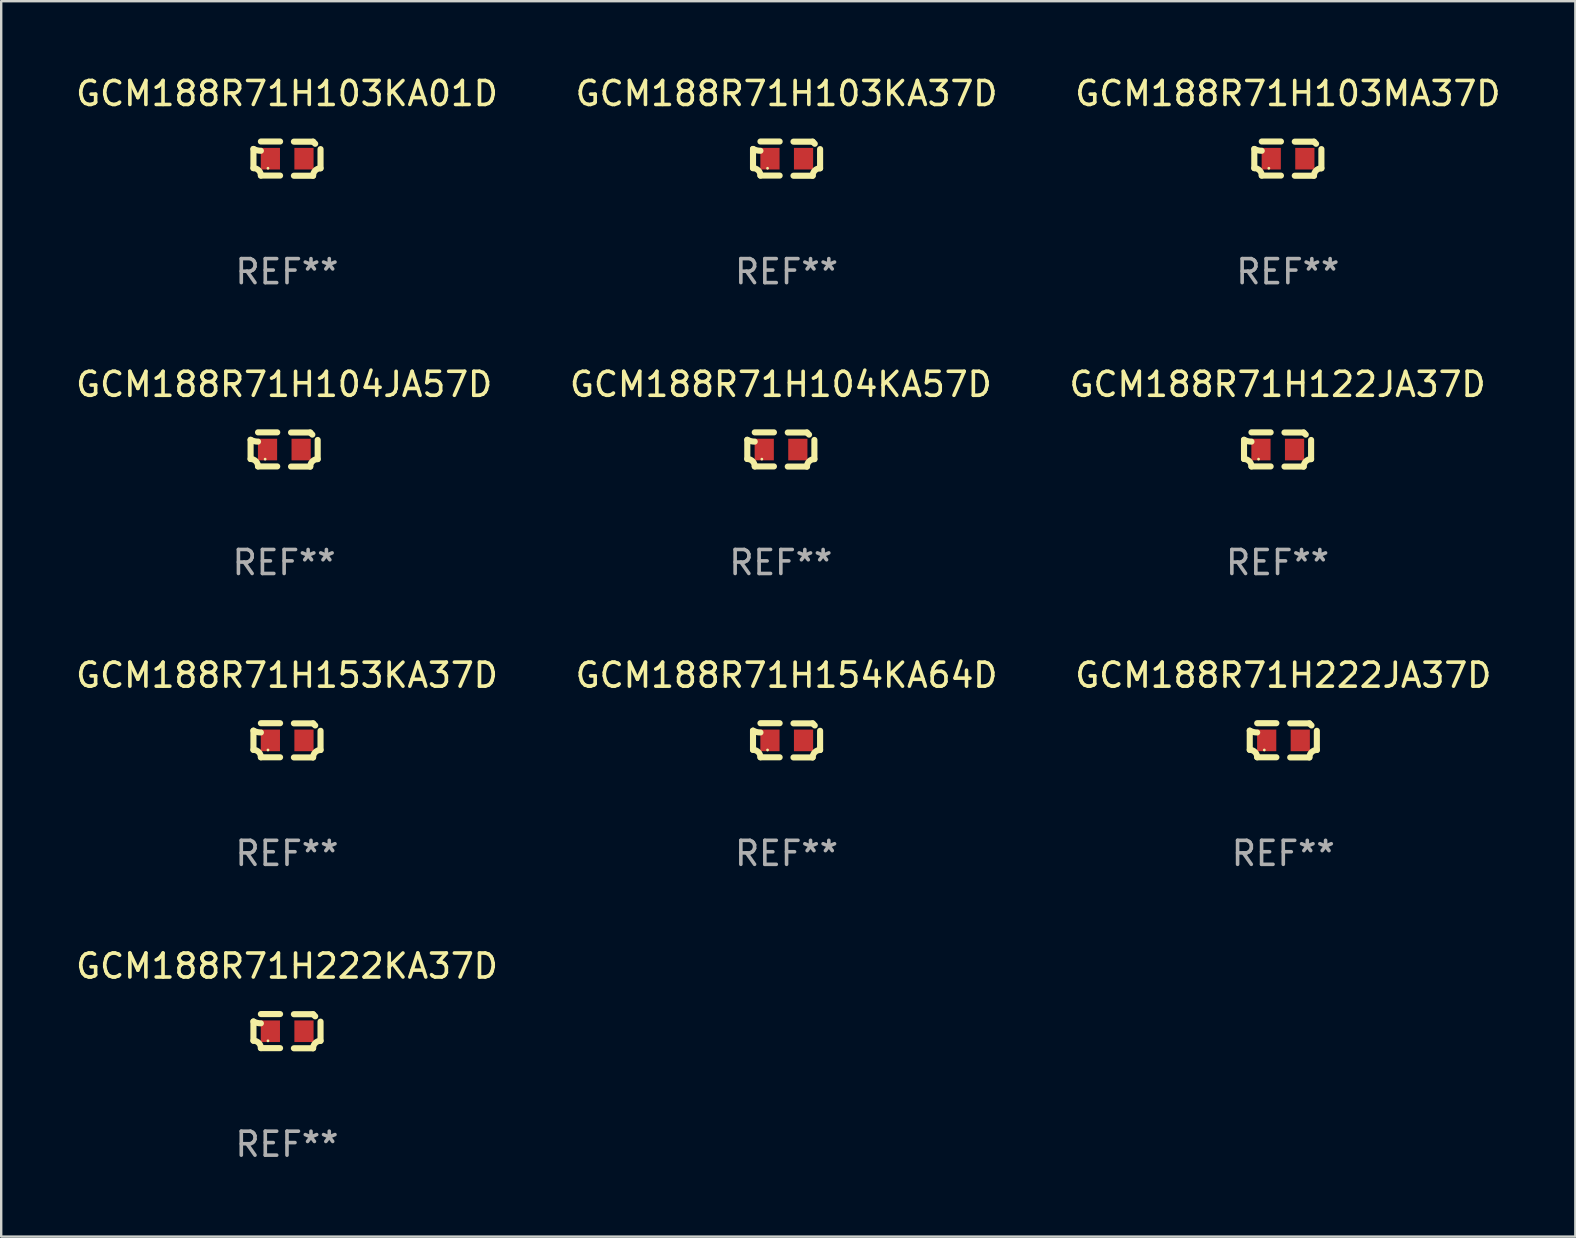
<source format=kicad_pcb>
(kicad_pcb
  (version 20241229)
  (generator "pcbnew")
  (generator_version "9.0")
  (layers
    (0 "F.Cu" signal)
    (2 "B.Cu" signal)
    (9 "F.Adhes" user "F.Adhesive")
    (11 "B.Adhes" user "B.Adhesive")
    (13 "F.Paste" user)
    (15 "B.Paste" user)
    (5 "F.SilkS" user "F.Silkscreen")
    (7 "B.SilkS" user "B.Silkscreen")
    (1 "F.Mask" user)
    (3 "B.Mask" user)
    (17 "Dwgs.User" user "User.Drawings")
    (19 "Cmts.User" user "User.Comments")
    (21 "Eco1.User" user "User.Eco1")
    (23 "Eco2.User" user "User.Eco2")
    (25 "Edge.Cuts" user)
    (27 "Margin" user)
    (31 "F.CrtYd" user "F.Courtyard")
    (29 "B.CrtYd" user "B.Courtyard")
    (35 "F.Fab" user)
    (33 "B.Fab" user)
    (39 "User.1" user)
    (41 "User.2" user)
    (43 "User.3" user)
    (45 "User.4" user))
  (footprint "GCM188R71H103KA37D"
    (layer "F.Cu")
    (at 29.732 3.561)
    (property "Reference" "GCM188R71H103KA37D" (at 0 -2.713 0) (layer "F.SilkS") (effects (font (size 1 1) (thickness 0.15))))
    (attr through_hole)
    (fp_line (start -1.398 -0.403) (end -1.398 0.397) (stroke (width 0.254) (type solid)) (layer "F.SilkS"))
    (fp_line (start -0.288 -0.713) (end -1.088 -0.713) (stroke (width 0.254) (type solid)) (layer "F.SilkS"))
    (fp_line (start -0.288 0.707) (end -1.088 0.707) (stroke (width 0.254) (type solid)) (layer "F.SilkS"))
    (fp_line (start 0.288 -0.707) (end 1.088 -0.707) (stroke (width 0.254) (type solid)) (layer "F.SilkS"))
    (fp_line (start 0.288 0.713) (end 1.088 0.713) (stroke (width 0.254) (type solid)) (layer "F.SilkS"))
    (fp_line (start 1.398 -0.397) (end 1.398 0.403) (stroke (width 0.254) (type solid)) (layer "F.SilkS"))
    (fp_arc (start -1.397789 0.397066) (mid -1.178701 0.487826) (end -1.08796 0.706922) (stroke (width 0.254001) (type solid)) (layer "F.SilkS"))
    (fp_arc (start -1.08796 -0.327176) (mid -1.247436 -0.346384) (end -1.39779 -0.402908) (stroke (width 0.254001) (type solid)) (layer "F.SilkS"))
    (fp_arc (start 1.087909 0.712738) (mid 1.178656 0.493655) (end 1.397739 0.402908) (stroke (width 0.254001) (type solid)) (layer "F.SilkS"))
    (fp_arc (start 1.175925 -0.618926) (mid 1.131917 -0.662923) (end 1.08791 -0.706922) (stroke (width 0.254001) (type solid)) (layer "F.SilkS"))
    (fp_circle (center -0.792 0.403) (end -0.762 0.403) (stroke (width 0.06) (type solid)) (fill no) (layer "F.SilkS"))
    (fp_text user "REF**" (at 0 4.713 0) (layer "F.Fab") (effects (font (size 1 1) (thickness 0.15))))
    (pad "1" smd rect (at -0.692 0.003) (size 0.8 0.9) (layers "F.Cu" "F.Mask" "F.Paste"))
    (pad "2" smd rect (at 0.708 0.003) (size 0.8 0.9) (layers "F.Cu" "F.Mask" "F.Paste")))
  (footprint "GCM188R71H104JA57D"
    (layer "F.Cu")
    (at 8.792 15.683)
    (property "Reference" "GCM188R71H104JA57D" (at 0 -2.713 0) (layer "F.SilkS") (effects (font (size 1 1) (thickness 0.15))))
    (attr through_hole)
    (fp_line (start -1.398 -0.403) (end -1.398 0.397) (stroke (width 0.254) (type solid)) (layer "F.SilkS"))
    (fp_line (start -0.288 -0.713) (end -1.088 -0.713) (stroke (width 0.254) (type solid)) (layer "F.SilkS"))
    (fp_line (start -0.288 0.707) (end -1.088 0.707) (stroke (width 0.254) (type solid)) (layer "F.SilkS"))
    (fp_line (start 0.288 -0.707) (end 1.088 -0.707) (stroke (width 0.254) (type solid)) (layer "F.SilkS"))
    (fp_line (start 0.288 0.713) (end 1.088 0.713) (stroke (width 0.254) (type solid)) (layer "F.SilkS"))
    (fp_line (start 1.398 -0.397) (end 1.398 0.403) (stroke (width 0.254) (type solid)) (layer "F.SilkS"))
    (fp_arc (start -1.397789 0.397066) (mid -1.178701 0.487826) (end -1.08796 0.706922) (stroke (width 0.254001) (type solid)) (layer "F.SilkS"))
    (fp_arc (start -1.08796 -0.327176) (mid -1.247436 -0.346384) (end -1.39779 -0.402908) (stroke (width 0.254001) (type solid)) (layer "F.SilkS"))
    (fp_arc (start 1.087909 0.712738) (mid 1.178656 0.493655) (end 1.397739 0.402908) (stroke (width 0.254001) (type solid)) (layer "F.SilkS"))
    (fp_arc (start 1.175925 -0.618926) (mid 1.131917 -0.662923) (end 1.08791 -0.706922) (stroke (width 0.254001) (type solid)) (layer "F.SilkS"))
    (fp_circle (center -0.792 0.403) (end -0.762 0.403) (stroke (width 0.06) (type solid)) (fill no) (layer "F.SilkS"))
    (fp_text user "REF**" (at 0 4.713 0) (layer "F.Fab") (effects (font (size 1 1) (thickness 0.15))))
    (pad "1" smd rect (at -0.692 0.003) (size 0.8 0.9) (layers "F.Cu" "F.Mask" "F.Paste"))
    (pad "2" smd rect (at 0.708 0.003) (size 0.8 0.9) (layers "F.Cu" "F.Mask" "F.Paste")))
  (footprint "GCM188R71H153KA37D"
    (layer "F.Cu")
    (at 8.911 27.805)
    (property "Reference" "GCM188R71H153KA37D" (at 0 -2.713 0) (layer "F.SilkS") (effects (font (size 1 1) (thickness 0.15))))
    (attr through_hole)
    (fp_line (start -1.398 -0.403) (end -1.398 0.397) (stroke (width 0.254) (type solid)) (layer "F.SilkS"))
    (fp_line (start -0.288 -0.713) (end -1.088 -0.713) (stroke (width 0.254) (type solid)) (layer "F.SilkS"))
    (fp_line (start -0.288 0.707) (end -1.088 0.707) (stroke (width 0.254) (type solid)) (layer "F.SilkS"))
    (fp_line (start 0.288 -0.707) (end 1.088 -0.707) (stroke (width 0.254) (type solid)) (layer "F.SilkS"))
    (fp_line (start 0.288 0.713) (end 1.088 0.713) (stroke (width 0.254) (type solid)) (layer "F.SilkS"))
    (fp_line (start 1.398 -0.397) (end 1.398 0.403) (stroke (width 0.254) (type solid)) (layer "F.SilkS"))
    (fp_arc (start -1.397789 0.397066) (mid -1.178701 0.487826) (end -1.08796 0.706922) (stroke (width 0.254001) (type solid)) (layer "F.SilkS"))
    (fp_arc (start -1.08796 -0.327176) (mid -1.247436 -0.346384) (end -1.39779 -0.402908) (stroke (width 0.254001) (type solid)) (layer "F.SilkS"))
    (fp_arc (start 1.087909 0.712738) (mid 1.178656 0.493655) (end 1.397739 0.402908) (stroke (width 0.254001) (type solid)) (layer "F.SilkS"))
    (fp_arc (start 1.175925 -0.618926) (mid 1.131917 -0.662923) (end 1.08791 -0.706922) (stroke (width 0.254001) (type solid)) (layer "F.SilkS"))
    (fp_circle (center -0.792 0.403) (end -0.762 0.403) (stroke (width 0.06) (type solid)) (fill no) (layer "F.SilkS"))
    (fp_text user "REF**" (at 0 4.713 0) (layer "F.Fab") (effects (font (size 1 1) (thickness 0.15))))
    (pad "1" smd rect (at -0.692 0.003) (size 0.8 0.9) (layers "F.Cu" "F.Mask" "F.Paste"))
    (pad "2" smd rect (at 0.708 0.003) (size 0.8 0.9) (layers "F.Cu" "F.Mask" "F.Paste")))
  (footprint "GCM188R71H222JA37D"
    (layer "F.Cu")
    (at 50.435 27.805)
    (property "Reference" "GCM188R71H222JA37D" (at 0 -2.713 0) (layer "F.SilkS") (effects (font (size 1 1) (thickness 0.15))))
    (attr through_hole)
    (fp_line (start -1.398 -0.403) (end -1.398 0.397) (stroke (width 0.254) (type solid)) (layer "F.SilkS"))
    (fp_line (start -0.288 -0.713) (end -1.088 -0.713) (stroke (width 0.254) (type solid)) (layer "F.SilkS"))
    (fp_line (start -0.288 0.707) (end -1.088 0.707) (stroke (width 0.254) (type solid)) (layer "F.SilkS"))
    (fp_line (start 0.288 -0.707) (end 1.088 -0.707) (stroke (width 0.254) (type solid)) (layer "F.SilkS"))
    (fp_line (start 0.288 0.713) (end 1.088 0.713) (stroke (width 0.254) (type solid)) (layer "F.SilkS"))
    (fp_line (start 1.398 -0.397) (end 1.398 0.403) (stroke (width 0.254) (type solid)) (layer "F.SilkS"))
    (fp_arc (start -1.397789 0.397066) (mid -1.178701 0.487826) (end -1.08796 0.706922) (stroke (width 0.254001) (type solid)) (layer "F.SilkS"))
    (fp_arc (start -1.08796 -0.327176) (mid -1.247436 -0.346384) (end -1.39779 -0.402908) (stroke (width 0.254001) (type solid)) (layer "F.SilkS"))
    (fp_arc (start 1.087909 0.712738) (mid 1.178656 0.493655) (end 1.397739 0.402908) (stroke (width 0.254001) (type solid)) (layer "F.SilkS"))
    (fp_arc (start 1.175925 -0.618926) (mid 1.131917 -0.662923) (end 1.08791 -0.706922) (stroke (width 0.254001) (type solid)) (layer "F.SilkS"))
    (fp_circle (center -0.792 0.403) (end -0.762 0.403) (stroke (width 0.06) (type solid)) (fill no) (layer "F.SilkS"))
    (fp_text user "REF**" (at 0 4.713 0) (layer "F.Fab") (effects (font (size 1 1) (thickness 0.15))))
    (pad "1" smd rect (at -0.692 0.003) (size 0.8 0.9) (layers "F.Cu" "F.Mask" "F.Paste"))
    (pad "2" smd rect (at 0.708 0.003) (size 0.8 0.9) (layers "F.Cu" "F.Mask" "F.Paste")))
  (footprint "GCM188R71H122JA37D"
    (layer "F.Cu")
    (at 50.196 15.683)
    (property "Reference" "GCM188R71H122JA37D" (at 0 -2.713 0) (layer "F.SilkS") (effects (font (size 1 1) (thickness 0.15))))
    (attr through_hole)
    (fp_line (start -1.398 -0.403) (end -1.398 0.397) (stroke (width 0.254) (type solid)) (layer "F.SilkS"))
    (fp_line (start -0.288 -0.713) (end -1.088 -0.713) (stroke (width 0.254) (type solid)) (layer "F.SilkS"))
    (fp_line (start -0.288 0.707) (end -1.088 0.707) (stroke (width 0.254) (type solid)) (layer "F.SilkS"))
    (fp_line (start 0.288 -0.707) (end 1.088 -0.707) (stroke (width 0.254) (type solid)) (layer "F.SilkS"))
    (fp_line (start 0.288 0.713) (end 1.088 0.713) (stroke (width 0.254) (type solid)) (layer "F.SilkS"))
    (fp_line (start 1.398 -0.397) (end 1.398 0.403) (stroke (width 0.254) (type solid)) (layer "F.SilkS"))
    (fp_arc (start -1.397789 0.397066) (mid -1.178701 0.487826) (end -1.08796 0.706922) (stroke (width 0.254001) (type solid)) (layer "F.SilkS"))
    (fp_arc (start -1.08796 -0.327176) (mid -1.247436 -0.346384) (end -1.39779 -0.402908) (stroke (width 0.254001) (type solid)) (layer "F.SilkS"))
    (fp_arc (start 1.087909 0.712738) (mid 1.178656 0.493655) (end 1.397739 0.402908) (stroke (width 0.254001) (type solid)) (layer "F.SilkS"))
    (fp_arc (start 1.175925 -0.618926) (mid 1.131917 -0.662923) (end 1.08791 -0.706922) (stroke (width 0.254001) (type solid)) (layer "F.SilkS"))
    (fp_circle (center -0.792 0.403) (end -0.762 0.403) (stroke (width 0.06) (type solid)) (fill no) (layer "F.SilkS"))
    (fp_text user "REF**" (at 0 4.713 0) (layer "F.Fab") (effects (font (size 1 1) (thickness 0.15))))
    (pad "1" smd rect (at -0.692 0.003) (size 0.8 0.9) (layers "F.Cu" "F.Mask" "F.Paste"))
    (pad "2" smd rect (at 0.708 0.003) (size 0.8 0.9) (layers "F.Cu" "F.Mask" "F.Paste")))
  (footprint "GCM188R71H104KA57D"
    (layer "F.Cu")
    (at 29.494 15.683)
    (property "Reference" "GCM188R71H104KA57D" (at 0 -2.713 0) (layer "F.SilkS") (effects (font (size 1 1) (thickness 0.15))))
    (attr through_hole)
    (fp_line (start -1.398 -0.403) (end -1.398 0.397) (stroke (width 0.254) (type solid)) (layer "F.SilkS"))
    (fp_line (start -0.288 -0.713) (end -1.088 -0.713) (stroke (width 0.254) (type solid)) (layer "F.SilkS"))
    (fp_line (start -0.288 0.707) (end -1.088 0.707) (stroke (width 0.254) (type solid)) (layer "F.SilkS"))
    (fp_line (start 0.288 -0.707) (end 1.088 -0.707) (stroke (width 0.254) (type solid)) (layer "F.SilkS"))
    (fp_line (start 0.288 0.713) (end 1.088 0.713) (stroke (width 0.254) (type solid)) (layer "F.SilkS"))
    (fp_line (start 1.398 -0.397) (end 1.398 0.403) (stroke (width 0.254) (type solid)) (layer "F.SilkS"))
    (fp_arc (start -1.397789 0.397066) (mid -1.178701 0.487826) (end -1.08796 0.706922) (stroke (width 0.254001) (type solid)) (layer "F.SilkS"))
    (fp_arc (start -1.08796 -0.327176) (mid -1.247436 -0.346384) (end -1.39779 -0.402908) (stroke (width 0.254001) (type solid)) (layer "F.SilkS"))
    (fp_arc (start 1.087909 0.712738) (mid 1.178656 0.493655) (end 1.397739 0.402908) (stroke (width 0.254001) (type solid)) (layer "F.SilkS"))
    (fp_arc (start 1.175925 -0.618926) (mid 1.131917 -0.662923) (end 1.08791 -0.706922) (stroke (width 0.254001) (type solid)) (layer "F.SilkS"))
    (fp_circle (center -0.792 0.403) (end -0.762 0.403) (stroke (width 0.06) (type solid)) (fill no) (layer "F.SilkS"))
    (fp_text user "REF**" (at 0 4.713 0) (layer "F.Fab") (effects (font (size 1 1) (thickness 0.15))))
    (pad "1" smd rect (at -0.692 0.003) (size 0.8 0.9) (layers "F.Cu" "F.Mask" "F.Paste"))
    (pad "2" smd rect (at 0.708 0.003) (size 0.8 0.9) (layers "F.Cu" "F.Mask" "F.Paste")))
  (footprint "GCM188R71H103MA37D"
    (layer "F.Cu")
    (at 50.625 3.561)
    (property "Reference" "GCM188R71H103MA37D" (at 0 -2.713 0) (layer "F.SilkS") (effects (font (size 1 1) (thickness 0.15))))
    (attr through_hole)
    (fp_line (start -1.398 -0.403) (end -1.398 0.397) (stroke (width 0.254) (type solid)) (layer "F.SilkS"))
    (fp_line (start -0.288 -0.713) (end -1.088 -0.713) (stroke (width 0.254) (type solid)) (layer "F.SilkS"))
    (fp_line (start -0.288 0.707) (end -1.088 0.707) (stroke (width 0.254) (type solid)) (layer "F.SilkS"))
    (fp_line (start 0.288 -0.707) (end 1.088 -0.707) (stroke (width 0.254) (type solid)) (layer "F.SilkS"))
    (fp_line (start 0.288 0.713) (end 1.088 0.713) (stroke (width 0.254) (type solid)) (layer "F.SilkS"))
    (fp_line (start 1.398 -0.397) (end 1.398 0.403) (stroke (width 0.254) (type solid)) (layer "F.SilkS"))
    (fp_arc (start -1.397789 0.397066) (mid -1.178701 0.487826) (end -1.08796 0.706922) (stroke (width 0.254001) (type solid)) (layer "F.SilkS"))
    (fp_arc (start -1.08796 -0.327176) (mid -1.247436 -0.346384) (end -1.39779 -0.402908) (stroke (width 0.254001) (type solid)) (layer "F.SilkS"))
    (fp_arc (start 1.087909 0.712738) (mid 1.178656 0.493655) (end 1.397739 0.402908) (stroke (width 0.254001) (type solid)) (layer "F.SilkS"))
    (fp_arc (start 1.175925 -0.618926) (mid 1.131917 -0.662923) (end 1.08791 -0.706922) (stroke (width 0.254001) (type solid)) (layer "F.SilkS"))
    (fp_circle (center -0.792 0.403) (end -0.762 0.403) (stroke (width 0.06) (type solid)) (fill no) (layer "F.SilkS"))
    (fp_text user "REF**" (at 0 4.713 0) (layer "F.Fab") (effects (font (size 1 1) (thickness 0.15))))
    (pad "1" smd rect (at -0.692 0.003) (size 0.8 0.9) (layers "F.Cu" "F.Mask" "F.Paste"))
    (pad "2" smd rect (at 0.708 0.003) (size 0.8 0.9) (layers "F.Cu" "F.Mask" "F.Paste")))
  (footprint "GCM188R71H222KA37D"
    (layer "F.Cu")
    (at 8.911 39.927)
    (property "Reference" "GCM188R71H222KA37D" (at 0 -2.713 0) (layer "F.SilkS") (effects (font (size 1 1) (thickness 0.15))))
    (attr through_hole)
    (fp_line (start -1.398 -0.403) (end -1.398 0.397) (stroke (width 0.254) (type solid)) (layer "F.SilkS"))
    (fp_line (start -0.288 -0.713) (end -1.088 -0.713) (stroke (width 0.254) (type solid)) (layer "F.SilkS"))
    (fp_line (start -0.288 0.707) (end -1.088 0.707) (stroke (width 0.254) (type solid)) (layer "F.SilkS"))
    (fp_line (start 0.288 -0.707) (end 1.088 -0.707) (stroke (width 0.254) (type solid)) (layer "F.SilkS"))
    (fp_line (start 0.288 0.713) (end 1.088 0.713) (stroke (width 0.254) (type solid)) (layer "F.SilkS"))
    (fp_line (start 1.398 -0.397) (end 1.398 0.403) (stroke (width 0.254) (type solid)) (layer "F.SilkS"))
    (fp_arc (start -1.397789 0.397066) (mid -1.178701 0.487826) (end -1.08796 0.706922) (stroke (width 0.254001) (type solid)) (layer "F.SilkS"))
    (fp_arc (start -1.08796 -0.327176) (mid -1.247436 -0.346384) (end -1.39779 -0.402908) (stroke (width 0.254001) (type solid)) (layer "F.SilkS"))
    (fp_arc (start 1.087909 0.712738) (mid 1.178656 0.493655) (end 1.397739 0.402908) (stroke (width 0.254001) (type solid)) (layer "F.SilkS"))
    (fp_arc (start 1.175925 -0.618926) (mid 1.131917 -0.662923) (end 1.08791 -0.706922) (stroke (width 0.254001) (type solid)) (layer "F.SilkS"))
    (fp_circle (center -0.792 0.403) (end -0.762 0.403) (stroke (width 0.06) (type solid)) (fill no) (layer "F.SilkS"))
    (fp_text user "REF**" (at 0 4.713 0) (layer "F.Fab") (effects (font (size 1 1) (thickness 0.15))))
    (pad "1" smd rect (at -0.692 0.003) (size 0.8 0.9) (layers "F.Cu" "F.Mask" "F.Paste"))
    (pad "2" smd rect (at 0.708 0.003) (size 0.8 0.9) (layers "F.Cu" "F.Mask" "F.Paste")))
  (footprint "GCM188R71H103KA01D"
    (layer "F.Cu")
    (at 8.911 3.561)
    (property "Reference" "GCM188R71H103KA01D" (at 0 -2.713 0) (layer "F.SilkS") (effects (font (size 1 1) (thickness 0.15))))
    (attr through_hole)
    (fp_line (start -1.398 -0.403) (end -1.398 0.397) (stroke (width 0.254) (type solid)) (layer "F.SilkS"))
    (fp_line (start -0.288 -0.713) (end -1.088 -0.713) (stroke (width 0.254) (type solid)) (layer "F.SilkS"))
    (fp_line (start -0.288 0.707) (end -1.088 0.707) (stroke (width 0.254) (type solid)) (layer "F.SilkS"))
    (fp_line (start 0.288 -0.707) (end 1.088 -0.707) (stroke (width 0.254) (type solid)) (layer "F.SilkS"))
    (fp_line (start 0.288 0.713) (end 1.088 0.713) (stroke (width 0.254) (type solid)) (layer "F.SilkS"))
    (fp_line (start 1.398 -0.397) (end 1.398 0.403) (stroke (width 0.254) (type solid)) (layer "F.SilkS"))
    (fp_arc (start -1.397789 0.397066) (mid -1.178701 0.487826) (end -1.08796 0.706922) (stroke (width 0.254001) (type solid)) (layer "F.SilkS"))
    (fp_arc (start -1.08796 -0.327176) (mid -1.247436 -0.346384) (end -1.39779 -0.402908) (stroke (width 0.254001) (type solid)) (layer "F.SilkS"))
    (fp_arc (start 1.087909 0.712738) (mid 1.178656 0.493655) (end 1.397739 0.402908) (stroke (width 0.254001) (type solid)) (layer "F.SilkS"))
    (fp_arc (start 1.175925 -0.618926) (mid 1.131917 -0.662923) (end 1.08791 -0.706922) (stroke (width 0.254001) (type solid)) (layer "F.SilkS"))
    (fp_circle (center -0.792 0.403) (end -0.762 0.403) (stroke (width 0.06) (type solid)) (fill no) (layer "F.SilkS"))
    (fp_text user "REF**" (at 0 4.713 0) (layer "F.Fab") (effects (font (size 1 1) (thickness 0.15))))
    (pad "1" smd rect (at -0.692 0.003) (size 0.8 0.9) (layers "F.Cu" "F.Mask" "F.Paste"))
    (pad "2" smd rect (at 0.708 0.003) (size 0.8 0.9) (layers "F.Cu" "F.Mask" "F.Paste")))
  (footprint "GCM188R71H154KA64D"
    (layer "F.Cu")
    (at 29.732 27.805)
    (property "Reference" "GCM188R71H154KA64D" (at 0 -2.713 0) (layer "F.SilkS") (effects (font (size 1 1) (thickness 0.15))))
    (attr through_hole)
    (fp_line (start -1.398 -0.403) (end -1.398 0.397) (stroke (width 0.254) (type solid)) (layer "F.SilkS"))
    (fp_line (start -0.288 -0.713) (end -1.088 -0.713) (stroke (width 0.254) (type solid)) (layer "F.SilkS"))
    (fp_line (start -0.288 0.707) (end -1.088 0.707) (stroke (width 0.254) (type solid)) (layer "F.SilkS"))
    (fp_line (start 0.288 -0.707) (end 1.088 -0.707) (stroke (width 0.254) (type solid)) (layer "F.SilkS"))
    (fp_line (start 0.288 0.713) (end 1.088 0.713) (stroke (width 0.254) (type solid)) (layer "F.SilkS"))
    (fp_line (start 1.398 -0.397) (end 1.398 0.403) (stroke (width 0.254) (type solid)) (layer "F.SilkS"))
    (fp_arc (start -1.397789 0.397066) (mid -1.178701 0.487826) (end -1.08796 0.706922) (stroke (width 0.254001) (type solid)) (layer "F.SilkS"))
    (fp_arc (start -1.08796 -0.327176) (mid -1.247436 -0.346384) (end -1.39779 -0.402908) (stroke (width 0.254001) (type solid)) (layer "F.SilkS"))
    (fp_arc (start 1.087909 0.712738) (mid 1.178656 0.493655) (end 1.397739 0.402908) (stroke (width 0.254001) (type solid)) (layer "F.SilkS"))
    (fp_arc (start 1.175925 -0.618926) (mid 1.131917 -0.662923) (end 1.08791 -0.706922) (stroke (width 0.254001) (type solid)) (layer "F.SilkS"))
    (fp_circle (center -0.792 0.403) (end -0.762 0.403) (stroke (width 0.06) (type solid)) (fill no) (layer "F.SilkS"))
    (fp_text user "REF**" (at 0 4.713 0) (layer "F.Fab") (effects (font (size 1 1) (thickness 0.15))))
    (pad "1" smd rect (at -0.692 0.003) (size 0.8 0.9) (layers "F.Cu" "F.Mask" "F.Paste"))
    (pad "2" smd rect (at 0.708 0.003) (size 0.8 0.9) (layers "F.Cu" "F.Mask" "F.Paste")))
  (gr_rect
    (start -3 -3)
    (end 62.607 48.488)
    (stroke (width 0.1) (type default))
    (fill no)
    (layer "Edge.Cuts")))
</source>
